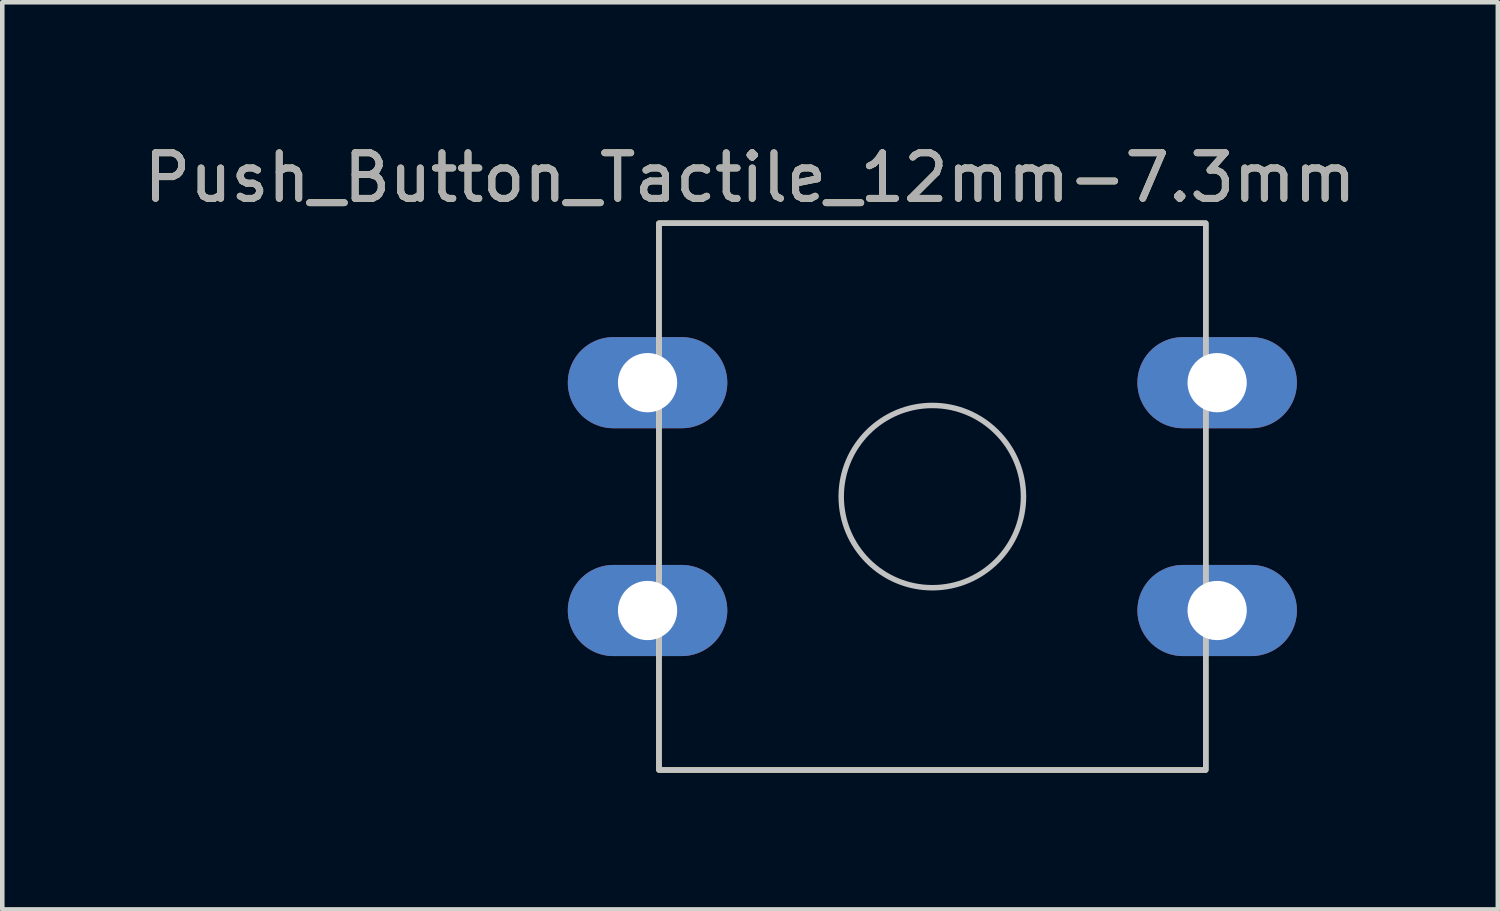
<source format=kicad_pcb>
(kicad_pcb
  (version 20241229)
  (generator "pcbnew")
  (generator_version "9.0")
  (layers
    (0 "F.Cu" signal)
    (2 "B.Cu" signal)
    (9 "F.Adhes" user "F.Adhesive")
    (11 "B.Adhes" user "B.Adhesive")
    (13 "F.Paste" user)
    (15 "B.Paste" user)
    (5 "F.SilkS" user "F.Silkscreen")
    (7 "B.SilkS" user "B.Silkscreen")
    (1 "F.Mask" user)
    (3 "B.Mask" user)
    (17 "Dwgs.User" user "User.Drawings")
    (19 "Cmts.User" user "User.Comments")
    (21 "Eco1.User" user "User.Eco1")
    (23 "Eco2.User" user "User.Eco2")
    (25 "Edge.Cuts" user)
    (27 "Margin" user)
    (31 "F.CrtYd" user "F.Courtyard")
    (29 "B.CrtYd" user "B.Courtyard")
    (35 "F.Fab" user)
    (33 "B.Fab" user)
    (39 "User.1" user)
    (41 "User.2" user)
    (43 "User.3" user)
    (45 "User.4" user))
  (footprint "Push_Button_Tactile_12mm-7.3mm"
    (layer "F.Cu")
    (at 17.411 7.848)
    (property "Reference" "Push_Button_Tactile_12mm-7.3mm" (at -4 -7 0) (layer "F.SilkS") (effects (font (size 1 1) (thickness 0.15))))
    (attr through_hole)
    (fp_rect (start -6 -6) (end 6 6) (stroke (width 0.12) (type solid)) (fill no) (layer "F.SilkS"))
    (fp_rect (start -6 -6) (end 6 6) (stroke (width 0.12) (type solid)) (fill no) (layer "Dwgs.User"))
    (fp_circle (center 0 0) (end 2 0) (stroke (width 0.12) (type solid)) (fill no) (layer "Dwgs.User"))
    (fp_text user "${REFERENCE}" (at -4 -7 0) (layer "F.Fab") (effects (font (size 1 1) (thickness 0.15))))
    (pad "1" thru_hole oval (at -6.25 -2.5) (size 3.5 2) (drill 1.3) (layers "*.Cu" "*.Mask"))
    (pad "1" thru_hole oval (at 6.25 -2.5) (size 3.5 2) (drill 1.3) (layers "*.Cu" "*.Mask"))
    (pad "2" thru_hole oval (at -6.25 2.5) (size 3.5 2) (drill 1.3) (layers "*.Cu" "*.Mask"))
    (pad "2" thru_hole oval (at 6.25 2.5) (size 3.5 2) (drill 1.3) (layers "*.Cu" "*.Mask")))
  (gr_rect
    (start -3 -3)
    (end 29.821 16.908)
    (stroke (width 0.1) (type default))
    (fill no)
    (layer "Edge.Cuts")))
</source>
